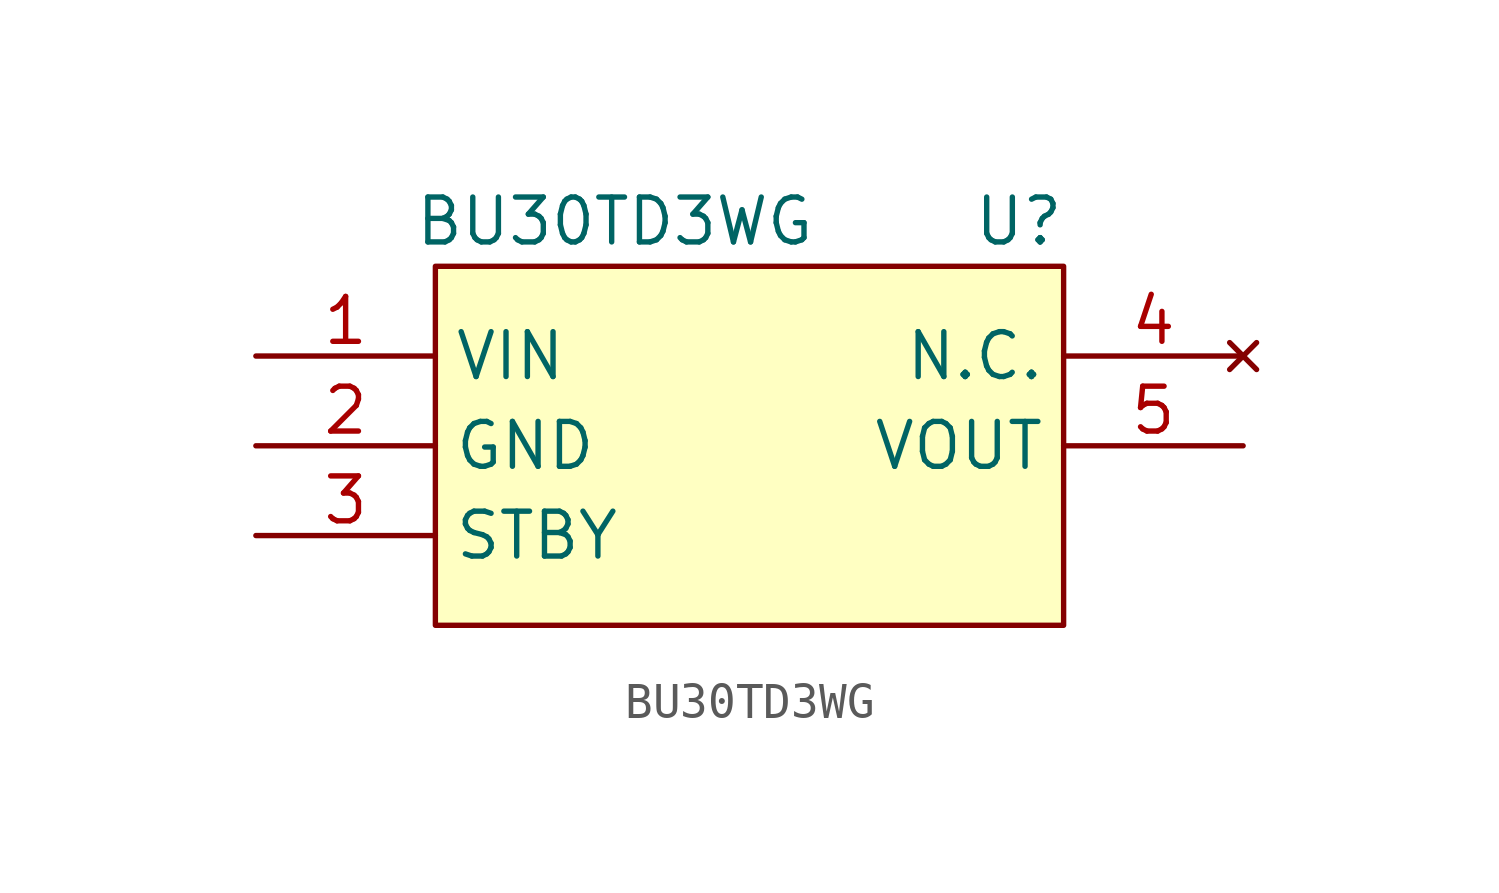
<source format=kicad_sym>
(kicad_symbol_lib
  (version 20211014)
  (generator kicad_symbol_editor)
  (symbol "BU30TD3WG"
    (property "Reference" "U"
      (at 10.16 -1.27 0)
      (effects (font (size 1.27 1.27))))
    (property "Value" "BU30TD3WG"
      (at -1.27 -1.27 0)
      (effects (font (size 1.27 1.27))))
    (symbol "BU30TD3WG_0_0"
      (pin power_in line (at -11.43 -5.08 0) (length 5.08) (name "VIN" (effects (font (size 1.27 1.27)))) (number "1" (effects (font (size 1.27 1.27)))))
      (pin power_in line (at -11.43 -7.62 0) (length 5.08) (name "GND" (effects (font (size 1.27 1.27)))) (number "2" (effects (font (size 1.27 1.27)))))
      (pin input line (at -11.43 -10.16 0) (length 5.08) (name "STBY" (effects (font (size 1.27 1.27)))) (number "3" (effects (font (size 1.27 1.27)))))
      (pin no_connect line (at 16.51 -5.08 180) (length 5.08) (name "N.C." (effects (font (size 1.27 1.27)))) (number "4" (effects (font (size 1.27 1.27)))))
      (pin output line (at 16.51 -7.62 180) (length 5.08) (name "VOUT" (effects (font (size 1.27 1.27)))) (number "5" (effects (font (size 1.27 1.27))))))
    (symbol "BU30TD3WG_0_1"
      (polyline (pts (xy -6.35 -2.54) (xy 11.43 -2.54) (xy 11.43 -12.7) (xy -6.35 -12.7) (xy -6.35 -2.54)) (stroke (width 0.152) (type default) (color 0 0 0 0)) (fill (type background))))))
</source>
